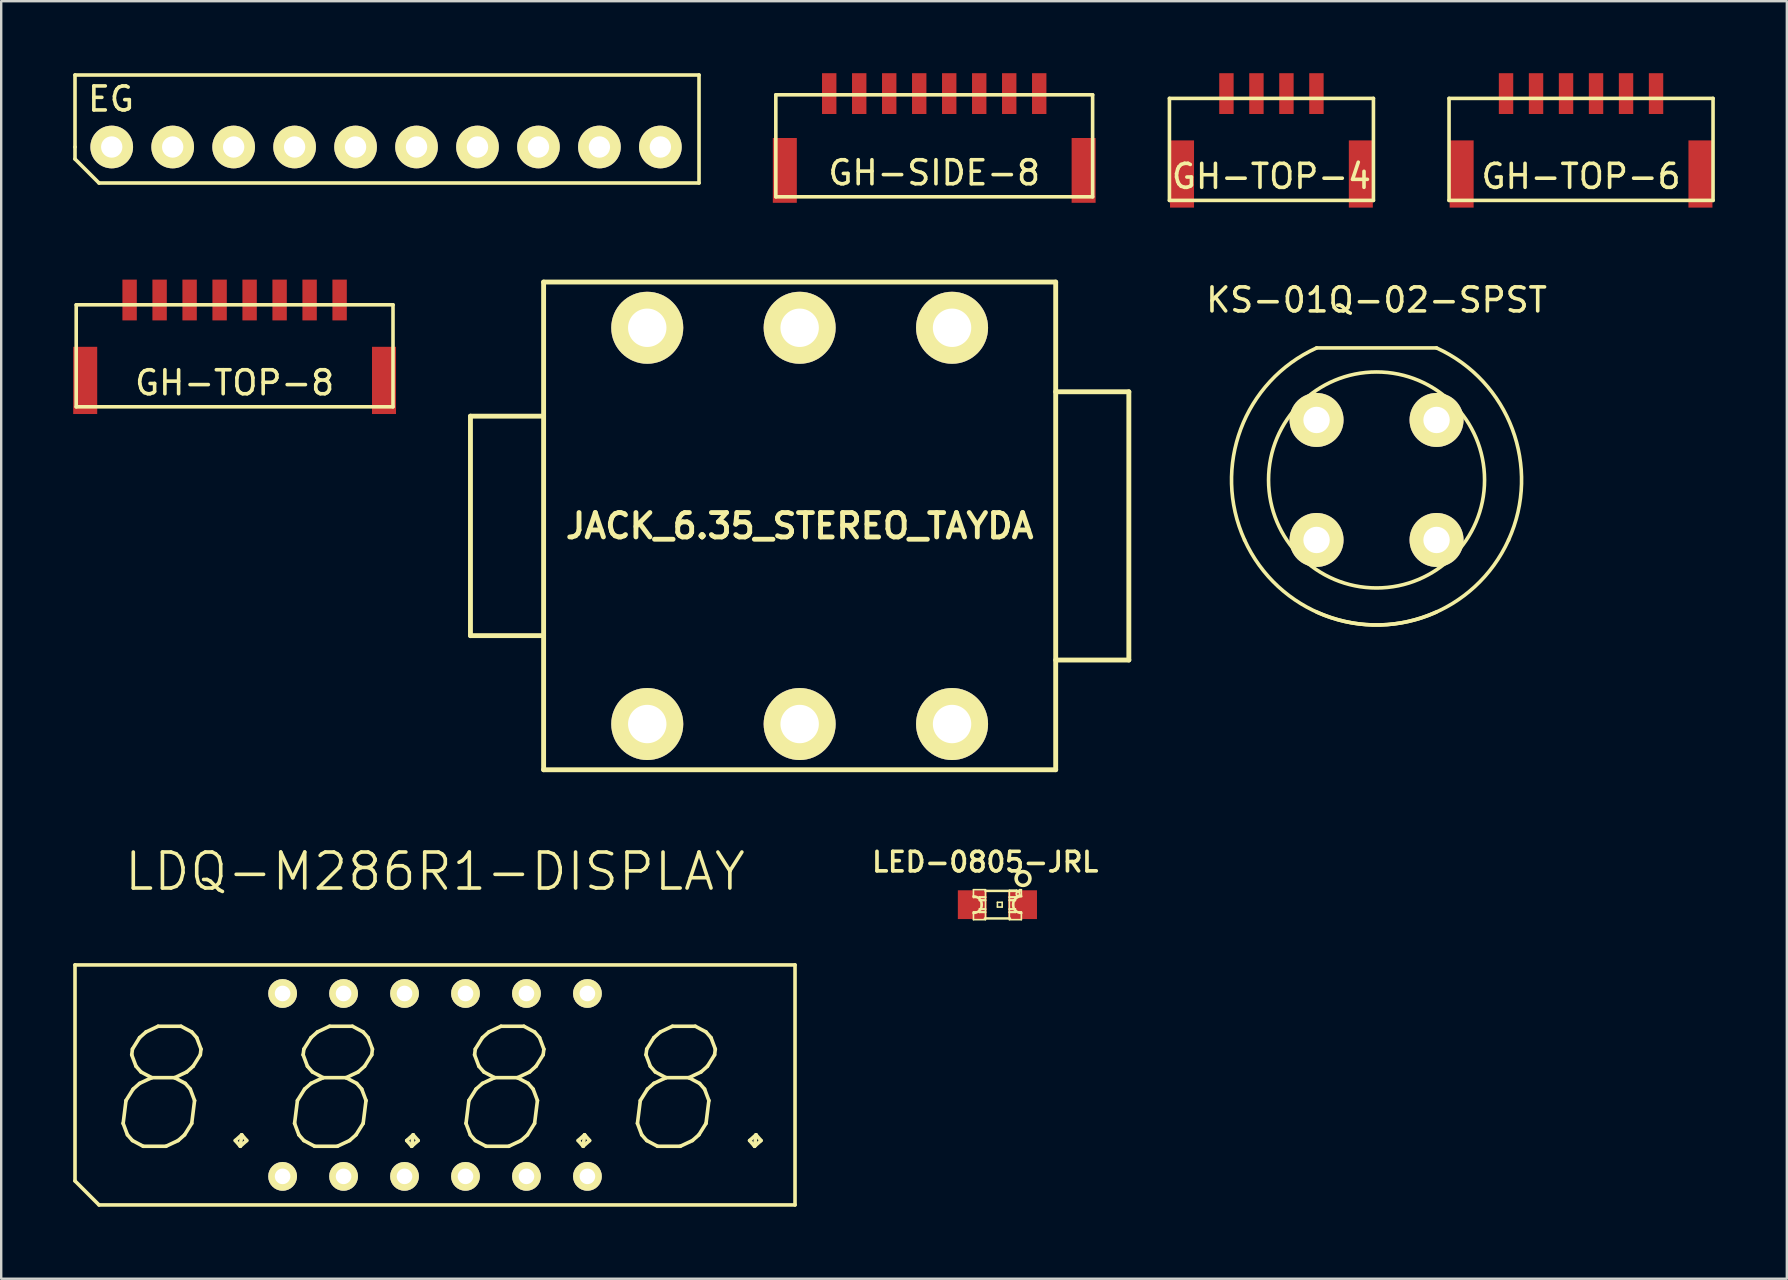
<source format=kicad_pcb>
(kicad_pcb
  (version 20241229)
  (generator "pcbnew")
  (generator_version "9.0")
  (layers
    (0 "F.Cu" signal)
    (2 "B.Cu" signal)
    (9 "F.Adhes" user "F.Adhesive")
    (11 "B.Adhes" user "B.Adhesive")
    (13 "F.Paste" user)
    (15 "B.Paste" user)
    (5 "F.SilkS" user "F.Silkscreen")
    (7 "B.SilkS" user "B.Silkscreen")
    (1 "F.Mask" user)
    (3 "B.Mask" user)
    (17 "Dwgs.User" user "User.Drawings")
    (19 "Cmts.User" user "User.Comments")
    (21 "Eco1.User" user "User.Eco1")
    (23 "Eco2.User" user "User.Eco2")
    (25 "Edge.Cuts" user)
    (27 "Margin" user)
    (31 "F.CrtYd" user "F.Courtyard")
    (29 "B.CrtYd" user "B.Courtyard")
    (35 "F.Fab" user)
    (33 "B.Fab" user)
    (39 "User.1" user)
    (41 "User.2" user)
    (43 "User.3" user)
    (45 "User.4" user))
  (footprint "KS-01Q-02-SPST"
    (layer "F.Cu")
    (at 54.305 16.948)
    (property "Reference" "KS-01Q-02-SPST" (at 0 -7.5 0) (layer "F.SilkS") (effects (font (size 1 1) (thickness 0.15))))
    (attr through_hole)
    (fp_line (start -2.5 -5.5) (end 2.5 -5.5) (stroke (width 0.15) (type solid)) (layer "F.SilkS"))
    (fp_arc (start -5.5 2.5) (mid -5.656854 -2.12132) (end -2.5 -5.5) (stroke (width 0.15) (type solid)) (layer "F.SilkS"))
    (fp_arc (start 2.5 -5.5) (mid 5.656854 -2.12132) (end 5.5 2.5) (stroke (width 0.15) (type solid)) (layer "F.SilkS"))
    (fp_arc (start 2.5 5.5) (mid -2.12132 5.656854) (end -5.5 2.5) (stroke (width 0.15) (type solid)) (layer "F.SilkS"))
    (fp_arc (start 5.5 2.5) (mid 2.12132 5.656854) (end -2.5 5.5) (stroke (width 0.15) (type solid)) (layer "F.SilkS"))
    (fp_circle (center 0 0) (end 4.5 0) (stroke (width 0.15) (type solid)) (fill no) (layer "F.SilkS"))
    (pad "1" thru_hole circle (at -2.5 -2.5) (size 2.25 2.25) (drill 1.1) (layers "*.Cu" "*.Mask" "F.SilkS"))
    (pad "1" thru_hole circle (at -2.5 2.5) (size 2.25 2.25) (drill 1.1) (layers "*.Cu" "*.Mask" "F.SilkS"))
    (pad "2" thru_hole circle (at 2.5 -2.5) (size 2.25 2.25) (drill 1.1) (layers "*.Cu" "*.Mask" "F.SilkS"))
    (pad "2" thru_hole circle (at 2.5 2.5) (size 2.25 2.25) (drill 1.1) (layers "*.Cu" "*.Mask" "F.SilkS")))
  (footprint "GH-SIDE-8"
    (layer "F.Cu")
    (at 35.875 5.15)
    (property "Reference" "GH-SIDE-8" (at 0 -1 0) (layer "F.SilkS") (effects (font (size 1 1) (thickness 0.15))))
    (attr through_hole)
    (fp_line (start -6.6 -4.25) (end 6.6 -4.25) (stroke (width 0.15) (type solid)) (layer "F.SilkS"))
    (fp_line (start -6.6 0) (end -6.6 -4.25) (stroke (width 0.15) (type solid)) (layer "F.SilkS"))
    (fp_line (start 6.6 -4.25) (end 6.6 0) (stroke (width 0.15) (type solid)) (layer "F.SilkS"))
    (fp_line (start 6.6 0) (end -6.6 0) (stroke (width 0.15) (type solid)) (layer "F.SilkS"))
    (pad "" smd rect (at -6.225 -1.1) (size 1 2.7) (layers "F.Cu" "F.Mask" "F.Paste"))
    (pad "" smd rect (at 6.225 -1.1) (size 1 2.7) (layers "F.Cu" "F.Mask" "F.Paste"))
    (pad "1" smd rect (at -4.375 -4.3) (size 0.6 1.7) (layers "F.Cu" "F.Mask" "F.Paste"))
    (pad "2" smd rect (at -3.125 -4.3) (size 0.6 1.7) (layers "F.Cu" "F.Mask" "F.Paste"))
    (pad "3" smd rect (at -1.875 -4.3) (size 0.6 1.7) (layers "F.Cu" "F.Mask" "F.Paste"))
    (pad "4" smd rect (at -0.625 -4.3) (size 0.6 1.7) (layers "F.Cu" "F.Mask" "F.Paste"))
    (pad "5" smd rect (at 0.625 -4.3) (size 0.6 1.7) (layers "F.Cu" "F.Mask" "F.Paste"))
    (pad "6" smd rect (at 1.875 -4.3) (size 0.6 1.7) (layers "F.Cu" "F.Mask" "F.Paste"))
    (pad "7" smd rect (at 3.125 -4.3) (size 0.6 1.7) (layers "F.Cu" "F.Mask" "F.Paste"))
    (pad "8" smd rect (at 4.375 -4.3) (size 0.6 1.7) (layers "F.Cu" "F.Mask" "F.Paste")))
  (footprint "GH-TOP-8"
    (layer "F.Cu")
    (at 6.725 13.9)
    (property "Reference" "GH-TOP-8" (at 0 -1 0) (layer "F.SilkS") (effects (font (size 1 1) (thickness 0.15))))
    (attr through_hole)
    (fp_line (start -6.6 -4.25) (end 6.6 -4.25) (stroke (width 0.15) (type solid)) (layer "F.SilkS"))
    (fp_line (start -6.6 0) (end -6.6 -4.25) (stroke (width 0.15) (type solid)) (layer "F.SilkS"))
    (fp_line (start 6.6 -4.25) (end 6.6 0) (stroke (width 0.15) (type solid)) (layer "F.SilkS"))
    (fp_line (start 6.6 0) (end -6.6 0) (stroke (width 0.15) (type solid)) (layer "F.SilkS"))
    (pad "" smd rect (at -6.225 -1.1) (size 1 2.8) (layers "F.Cu" "F.Mask" "F.Paste"))
    (pad "" smd rect (at 6.225 -1.1) (size 1 2.8) (layers "F.Cu" "F.Mask" "F.Paste"))
    (pad "1" smd rect (at -4.375 -4.45) (size 0.6 1.7) (layers "F.Cu" "F.Mask" "F.Paste"))
    (pad "2" smd rect (at -3.125 -4.45) (size 0.6 1.7) (layers "F.Cu" "F.Mask" "F.Paste"))
    (pad "3" smd rect (at -1.875 -4.45) (size 0.6 1.7) (layers "F.Cu" "F.Mask" "F.Paste"))
    (pad "4" smd rect (at -0.625 -4.45) (size 0.6 1.7) (layers "F.Cu" "F.Mask" "F.Paste"))
    (pad "5" smd rect (at 0.625 -4.45) (size 0.6 1.7) (layers "F.Cu" "F.Mask" "F.Paste"))
    (pad "6" smd rect (at 1.875 -4.45) (size 0.6 1.7) (layers "F.Cu" "F.Mask" "F.Paste"))
    (pad "7" smd rect (at 3.125 -4.45) (size 0.6 1.7) (layers "F.Cu" "F.Mask" "F.Paste"))
    (pad "8" smd rect (at 4.375 -4.45) (size 0.6 1.7) (layers "F.Cu" "F.Mask" "F.Paste")))
  (footprint "JACK_6.35_STEREO_TAYDA"
    (layer "F.Cu")
    (at 30.268 18.862)
    (property "Reference" "JACK_6.35_STEREO_TAYDA" (at 0 0 0) (layer "F.SilkS") (effects (font (size 1.016 1.016) (thickness 0.203))))
    (attr through_hole)
    (fp_line (start -13.716 -4.572) (end -13.716 4.572) (stroke (width 0.203) (type solid)) (layer "F.SilkS"))
    (fp_line (start -13.716 4.572) (end -10.668 4.572) (stroke (width 0.203) (type solid)) (layer "F.SilkS"))
    (fp_line (start -10.668 -10.16) (end 10.668 -10.16) (stroke (width 0.203) (type solid)) (layer "F.SilkS"))
    (fp_line (start -10.668 -4.572) (end -13.716 -4.572) (stroke (width 0.203) (type solid)) (layer "F.SilkS"))
    (fp_line (start -10.668 10.16) (end -10.668 -10.16) (stroke (width 0.203) (type solid)) (layer "F.SilkS"))
    (fp_line (start 10.668 -10.16) (end 10.668 10.16) (stroke (width 0.203) (type solid)) (layer "F.SilkS"))
    (fp_line (start 10.668 -5.588) (end 13.716 -5.588) (stroke (width 0.203) (type solid)) (layer "F.SilkS"))
    (fp_line (start 10.668 10.16) (end -10.668 10.16) (stroke (width 0.203) (type solid)) (layer "F.SilkS"))
    (fp_line (start 13.716 -5.588) (end 13.716 5.588) (stroke (width 0.203) (type solid)) (layer "F.SilkS"))
    (fp_line (start 13.716 5.588) (end 10.668 5.588) (stroke (width 0.203) (type solid)) (layer "F.SilkS"))
    (pad "1" thru_hole circle (at 6.35 -8.255) (size 3 3) (drill 1.6) (layers "*.Cu" "*.Mask" "F.SilkS"))
    (pad "1" thru_hole circle (at 6.35 8.255) (size 3 3) (drill 1.6) (layers "*.Cu" "*.Mask" "F.SilkS"))
    (pad "2" thru_hole circle (at 0 -8.255) (size 3 3) (drill 1.6) (layers "*.Cu" "*.Mask" "F.SilkS"))
    (pad "2" thru_hole circle (at 0 8.255) (size 3 3) (drill 1.6) (layers "*.Cu" "*.Mask" "F.SilkS"))
    (pad "3" thru_hole circle (at -6.35 -8.255) (size 3 3) (drill 1.6) (layers "*.Cu" "*.Mask" "F.SilkS"))
    (pad "3" thru_hole circle (at -6.35 8.255) (size 3 3) (drill 1.6) (layers "*.Cu" "*.Mask" "F.SilkS")))
  (footprint "GH-TOP-6"
    (layer "F.Cu")
    (at 62.825 5.3)
    (property "Reference" "GH-TOP-6" (at 0 -1 0) (layer "F.SilkS") (effects (font (size 1 1) (thickness 0.15))))
    (attr through_hole)
    (fp_line (start -5.5 -4.25) (end 5.5 -4.25) (stroke (width 0.15) (type solid)) (layer "F.SilkS"))
    (fp_line (start -5.5 0) (end -5.5 -4.25) (stroke (width 0.15) (type solid)) (layer "F.SilkS"))
    (fp_line (start 5.5 -4.25) (end 5.5 0) (stroke (width 0.15) (type solid)) (layer "F.SilkS"))
    (fp_line (start 5.5 0) (end -5.5 0) (stroke (width 0.15) (type solid)) (layer "F.SilkS"))
    (pad "" smd rect (at -4.975 -1.1) (size 1 2.8) (layers "F.Cu" "F.Mask" "F.Paste"))
    (pad "" smd rect (at 4.975 -1.1) (size 1 2.8) (layers "F.Cu" "F.Mask" "F.Paste"))
    (pad "1" smd rect (at -3.125 -4.45) (size 0.6 1.7) (layers "F.Cu" "F.Mask" "F.Paste"))
    (pad "2" smd rect (at -1.875 -4.45) (size 0.6 1.7) (layers "F.Cu" "F.Mask" "F.Paste"))
    (pad "3" smd rect (at -0.625 -4.45) (size 0.6 1.7) (layers "F.Cu" "F.Mask" "F.Paste"))
    (pad "4" smd rect (at 0.625 -4.45) (size 0.6 1.7) (layers "F.Cu" "F.Mask" "F.Paste"))
    (pad "5" smd rect (at 1.875 -4.45) (size 0.6 1.7) (layers "F.Cu" "F.Mask" "F.Paste"))
    (pad "6" smd rect (at 3.125 -4.45) (size 0.6 1.7) (layers "F.Cu" "F.Mask" "F.Paste")))
  (footprint "EG"
    (layer "F.Cu")
    (at 13.075 3.075)
    (property "Reference" "EG" (at -11.5 -2 0) (layer "F.SilkS") (effects (font (size 1 1) (thickness 0.15))))
    (attr through_hole)
    (fp_line (start -13 -3) (end -13 0) (stroke (width 0.15) (type solid)) (layer "F.SilkS"))
    (fp_line (start -13 -3) (end 13 -3) (stroke (width 0.15) (type solid)) (layer "F.SilkS"))
    (fp_line (start -13 0) (end -13 0.5) (stroke (width 0.15) (type solid)) (layer "F.SilkS"))
    (fp_line (start -13 0.5) (end -12 1.5) (stroke (width 0.15) (type solid)) (layer "F.SilkS"))
    (fp_line (start 13 1.5) (end -12 1.5) (stroke (width 0.15) (type solid)) (layer "F.SilkS"))
    (fp_line (start 13 1.5) (end 13 -3) (stroke (width 0.15) (type solid)) (layer "F.SilkS"))
    (pad "1" thru_hole circle (at -11.47 0) (size 1.778 1.778) (drill 0.889) (layers "*.Cu" "*.Mask" "F.SilkS"))
    (pad "2" thru_hole circle (at -8.93 0) (size 1.778 1.778) (drill 0.889) (layers "*.Cu" "*.Mask" "F.SilkS"))
    (pad "3" thru_hole circle (at -6.39 0) (size 1.778 1.778) (drill 0.889) (layers "*.Cu" "*.Mask" "F.SilkS"))
    (pad "4" thru_hole circle (at -3.85 0) (size 1.778 1.778) (drill 0.889) (layers "*.Cu" "*.Mask" "F.SilkS"))
    (pad "5" thru_hole circle (at -1.31 0) (size 1.778 1.778) (drill 0.889) (layers "*.Cu" "*.Mask" "F.SilkS"))
    (pad "6" thru_hole circle (at 1.23 0) (size 1.778 1.778) (drill 0.889) (layers "*.Cu" "*.Mask" "F.SilkS"))
    (pad "7" thru_hole circle (at 3.77 0) (size 1.778 1.778) (drill 0.889) (layers "*.Cu" "*.Mask" "F.SilkS"))
    (pad "8" thru_hole circle (at 6.31 0) (size 1.778 1.778) (drill 0.889) (layers "*.Cu" "*.Mask" "F.SilkS"))
    (pad "9" thru_hole circle (at 8.85 0) (size 1.778 1.778) (drill 0.889) (layers "*.Cu" "*.Mask" "F.SilkS"))
    (pad "10" thru_hole circle (at 11.39 0) (size 1.778 1.778) (drill 0.889) (layers "*.Cu" "*.Mask" "F.SilkS")))
  (footprint "LED-0805-JRL"
    (layer "F.Cu")
    (at 38.508 34.644)
    (property "Reference" "LED-0805-JRL" (at -0.508 -1.778 0) (layer "F.SilkS") (effects (font (size 0.813 0.813) (thickness 0.152))))
    (attr smd)
    (fp_line (start -0.998 -0.625) (end -0.998 -0.3) (stroke (width 0.066) (type solid)) (layer "F.SilkS"))
    (fp_line (start -0.998 -0.625) (end -0.498 -0.625) (stroke (width 0.066) (type solid)) (layer "F.SilkS"))
    (fp_line (start -0.998 -0.3) (end -0.498 -0.3) (stroke (width 0.066) (type solid)) (layer "F.SilkS"))
    (fp_line (start -0.998 0.3) (end -0.998 0.625) (stroke (width 0.066) (type solid)) (layer "F.SilkS"))
    (fp_line (start -0.998 0.3) (end -0.498 0.3) (stroke (width 0.066) (type solid)) (layer "F.SilkS"))
    (fp_line (start -0.998 0.625) (end -0.498 0.625) (stroke (width 0.066) (type solid)) (layer "F.SilkS"))
    (fp_line (start -0.749 -0.323) (end -0.749 -0.173) (stroke (width 0.066) (type solid)) (layer "F.SilkS"))
    (fp_line (start -0.749 -0.323) (end -0.498 -0.323) (stroke (width 0.066) (type solid)) (layer "F.SilkS"))
    (fp_line (start -0.749 -0.173) (end -0.498 -0.173) (stroke (width 0.066) (type solid)) (layer "F.SilkS"))
    (fp_line (start -0.749 0.173) (end -0.749 0.323) (stroke (width 0.066) (type solid)) (layer "F.SilkS"))
    (fp_line (start -0.749 0.173) (end -0.498 0.173) (stroke (width 0.066) (type solid)) (layer "F.SilkS"))
    (fp_line (start -0.749 0.323) (end -0.498 0.323) (stroke (width 0.066) (type solid)) (layer "F.SilkS"))
    (fp_line (start -0.673 -0.198) (end -0.673 0.198) (stroke (width 0.066) (type solid)) (layer "F.SilkS"))
    (fp_line (start -0.673 -0.198) (end -0.498 -0.198) (stroke (width 0.066) (type solid)) (layer "F.SilkS"))
    (fp_line (start -0.673 0.198) (end -0.498 0.198) (stroke (width 0.066) (type solid)) (layer "F.SilkS"))
    (fp_line (start -0.498 -0.625) (end -0.498 -0.3) (stroke (width 0.066) (type solid)) (layer "F.SilkS"))
    (fp_line (start -0.498 -0.574) (end 0.925 -0.574) (stroke (width 0.102) (type solid)) (layer "F.SilkS"))
    (fp_line (start -0.498 -0.323) (end -0.498 -0.173) (stroke (width 0.066) (type solid)) (layer "F.SilkS"))
    (fp_line (start -0.498 -0.198) (end -0.498 0.198) (stroke (width 0.066) (type solid)) (layer "F.SilkS"))
    (fp_line (start -0.498 0.173) (end -0.498 0.323) (stroke (width 0.066) (type solid)) (layer "F.SilkS"))
    (fp_line (start -0.498 0.3) (end -0.498 0.625) (stroke (width 0.066) (type solid)) (layer "F.SilkS"))
    (fp_line (start 0 -0.099) (end 0 0.099) (stroke (width 0.066) (type solid)) (layer "F.SilkS"))
    (fp_line (start 0 -0.099) (end 0.198 -0.099) (stroke (width 0.066) (type solid)) (layer "F.SilkS"))
    (fp_line (start 0 0.099) (end 0.198 0.099) (stroke (width 0.066) (type solid)) (layer "F.SilkS"))
    (fp_line (start 0.198 -0.099) (end 0.198 0.099) (stroke (width 0.066) (type solid)) (layer "F.SilkS"))
    (fp_line (start 0.498 -0.599) (end 0.498 -0.3) (stroke (width 0.066) (type solid)) (layer "F.SilkS"))
    (fp_line (start 0.498 -0.599) (end 0.798 -0.599) (stroke (width 0.066) (type solid)) (layer "F.SilkS"))
    (fp_line (start 0.498 -0.323) (end 0.498 -0.173) (stroke (width 0.066) (type solid)) (layer "F.SilkS"))
    (fp_line (start 0.498 -0.323) (end 0.749 -0.323) (stroke (width 0.066) (type solid)) (layer "F.SilkS"))
    (fp_line (start 0.498 -0.3) (end 0.798 -0.3) (stroke (width 0.066) (type solid)) (layer "F.SilkS"))
    (fp_line (start 0.498 -0.198) (end 0.498 0.198) (stroke (width 0.066) (type solid)) (layer "F.SilkS"))
    (fp_line (start 0.498 -0.198) (end 0.673 -0.198) (stroke (width 0.066) (type solid)) (layer "F.SilkS"))
    (fp_line (start 0.498 -0.173) (end 0.749 -0.173) (stroke (width 0.066) (type solid)) (layer "F.SilkS"))
    (fp_line (start 0.498 0.173) (end 0.498 0.323) (stroke (width 0.066) (type solid)) (layer "F.SilkS"))
    (fp_line (start 0.498 0.173) (end 0.749 0.173) (stroke (width 0.066) (type solid)) (layer "F.SilkS"))
    (fp_line (start 0.498 0.198) (end 0.673 0.198) (stroke (width 0.066) (type solid)) (layer "F.SilkS"))
    (fp_line (start 0.498 0.3) (end 0.498 0.625) (stroke (width 0.066) (type solid)) (layer "F.SilkS"))
    (fp_line (start 0.498 0.3) (end 0.998 0.3) (stroke (width 0.066) (type solid)) (layer "F.SilkS"))
    (fp_line (start 0.498 0.323) (end 0.749 0.323) (stroke (width 0.066) (type solid)) (layer "F.SilkS"))
    (fp_line (start 0.498 0.625) (end 0.998 0.625) (stroke (width 0.066) (type solid)) (layer "F.SilkS"))
    (fp_line (start 0.523 0.574) (end -0.523 0.574) (stroke (width 0.102) (type solid)) (layer "F.SilkS"))
    (fp_line (start 0.673 -0.198) (end 0.673 0.198) (stroke (width 0.066) (type solid)) (layer "F.SilkS"))
    (fp_line (start 0.749 -0.323) (end 0.749 -0.173) (stroke (width 0.066) (type solid)) (layer "F.SilkS"))
    (fp_line (start 0.749 0.173) (end 0.749 0.323) (stroke (width 0.066) (type solid)) (layer "F.SilkS"))
    (fp_line (start 0.798 -0.599) (end 0.798 -0.3) (stroke (width 0.066) (type solid)) (layer "F.SilkS"))
    (fp_line (start 0.925 -0.625) (end 0.925 -0.399) (stroke (width 0.066) (type solid)) (layer "F.SilkS"))
    (fp_line (start 0.925 -0.625) (end 0.998 -0.625) (stroke (width 0.066) (type solid)) (layer "F.SilkS"))
    (fp_line (start 0.925 -0.399) (end 0.998 -0.399) (stroke (width 0.066) (type solid)) (layer "F.SilkS"))
    (fp_line (start 0.998 -0.625) (end 0.998 -0.399) (stroke (width 0.066) (type solid)) (layer "F.SilkS"))
    (fp_line (start 0.998 0.3) (end 0.998 0.625) (stroke (width 0.066) (type solid)) (layer "F.SilkS"))
    (fp_arc (start -0.99822 -0.34798) (mid -0.65024 0) (end -0.99822 0.34798) (stroke (width 0.1016) (type solid)) (layer "F.SilkS"))
    (fp_arc (start 0.99822 0.34798) (mid 0.65024 0) (end 0.99822 -0.34798) (stroke (width 0.1016) (type solid)) (layer "F.SilkS"))
    (fp_circle (center 0.848 -0.45) (end 0.899 -0.5) (stroke (width 0.051) (type solid)) (fill no) (layer "F.SilkS"))
    (fp_circle (center 1.067 -1.092) (end 1.27 -0.889) (stroke (width 0.15) (type solid)) (fill no) (layer "F.SilkS"))
    (pad "1" smd rect (at -1.049 0) (size 1.199 1.199) (layers "F.Cu" "F.Mask" "F.Paste"))
    (pad "2" smd rect (at 1.049 0) (size 1.199 1.199) (layers "F.Cu" "F.Mask" "F.Paste")))
  (footprint "GH-TOP-4"
    (layer "F.Cu")
    (at 49.925 5.3)
    (property "Reference" "GH-TOP-4" (at 0 -1 0) (layer "F.SilkS") (effects (font (size 1 1) (thickness 0.15))))
    (attr through_hole)
    (fp_line (start -4.25 -4.25) (end 4.25 -4.25) (stroke (width 0.15) (type solid)) (layer "F.SilkS"))
    (fp_line (start -4.25 0) (end -4.25 -4.25) (stroke (width 0.15) (type solid)) (layer "F.SilkS"))
    (fp_line (start 4.25 -4.25) (end 4.25 0) (stroke (width 0.15) (type solid)) (layer "F.SilkS"))
    (fp_line (start 4.25 0) (end -4.25 0) (stroke (width 0.15) (type solid)) (layer "F.SilkS"))
    (pad "" smd rect (at -3.725 -1.1) (size 1 2.8) (layers "F.Cu" "F.Mask" "F.Paste"))
    (pad "" smd rect (at 3.725 -1.1) (size 1 2.8) (layers "F.Cu" "F.Mask" "F.Paste"))
    (pad "1" smd rect (at -1.875 -4.45) (size 0.6 1.7) (layers "F.Cu" "F.Mask" "F.Paste"))
    (pad "2" smd rect (at -0.625 -4.45) (size 0.6 1.7) (layers "F.Cu" "F.Mask" "F.Paste"))
    (pad "3" smd rect (at 0.625 -4.45) (size 0.6 1.7) (layers "F.Cu" "F.Mask" "F.Paste"))
    (pad "4" smd rect (at 1.875 -4.45) (size 0.6 1.7) (layers "F.Cu" "F.Mask" "F.Paste")))
  (footprint "LDQ-M286R1-DISPLAY"
    (layer "F.Cu")
    (at 15.075 42.154)
    (property "Reference" "LDQ-M286R1-DISPLAY" (at 0 -8.89 0) (layer "F.SilkS") (effects (font (size 1.5 1.5) (thickness 0.15))))
    (attr through_hole)
    (fp_line (start -15 -5) (end -15 4) (stroke (width 0.15) (type solid)) (layer "F.SilkS"))
    (fp_line (start -15 -5) (end 15 -5) (stroke (width 0.15) (type solid)) (layer "F.SilkS"))
    (fp_line (start -14 5) (end -15 4) (stroke (width 0.15) (type solid)) (layer "F.SilkS"))
    (fp_line (start -14 5) (end 15 5) (stroke (width 0.15) (type solid)) (layer "F.SilkS"))
    (fp_line (start 15 -5) (end 15 5) (stroke (width 0.15) (type solid)) (layer "F.SilkS"))
    (fp_text user "8.8.8.8." (at 0.25 0.25 0) (layer "F.SilkS") (effects (font (size 5 5) (thickness 0.15) (italic yes))))
    (pad "1" thru_hole circle (at -6.35 3.81) (size 1.2 1.2) (drill 0.65) (layers "*.Cu" "*.Mask" "F.SilkS"))
    (pad "2" thru_hole circle (at -3.81 3.81) (size 1.2 1.2) (drill 0.65) (layers "*.Cu" "*.Mask" "F.SilkS"))
    (pad "3" thru_hole circle (at -1.27 3.81) (size 1.2 1.2) (drill 0.65) (layers "*.Cu" "*.Mask" "F.SilkS"))
    (pad "4" thru_hole circle (at 1.27 3.81) (size 1.2 1.2) (drill 0.65) (layers "*.Cu" "*.Mask" "F.SilkS"))
    (pad "5" thru_hole circle (at 3.81 3.81) (size 1.2 1.2) (drill 0.65) (layers "*.Cu" "*.Mask" "F.SilkS"))
    (pad "6" thru_hole circle (at 6.35 3.81) (size 1.2 1.2) (drill 0.65) (layers "*.Cu" "*.Mask" "F.SilkS"))
    (pad "7" thru_hole circle (at 6.35 -3.81) (size 1.2 1.2) (drill 0.65) (layers "*.Cu" "*.Mask" "F.SilkS"))
    (pad "8" thru_hole circle (at 3.81 -3.81) (size 1.2 1.2) (drill 0.65) (layers "*.Cu" "*.Mask" "F.SilkS"))
    (pad "9" thru_hole circle (at 1.27 -3.81) (size 1.2 1.2) (drill 0.65) (layers "*.Cu" "*.Mask" "F.SilkS"))
    (pad "10" thru_hole circle (at -1.27 -3.81) (size 1.2 1.2) (drill 0.65) (layers "*.Cu" "*.Mask" "F.SilkS"))
    (pad "11" thru_hole circle (at -3.81 -3.81) (size 1.2 1.2) (drill 0.65) (layers "*.Cu" "*.Mask" "F.SilkS"))
    (pad "12" thru_hole circle (at -6.35 -3.81) (size 1.2 1.2) (drill 0.65) (layers "*.Cu" "*.Mask" "F.SilkS")))
  (gr_rect
    (start -3 -3)
    (end 71.4 50.229)
    (stroke (width 0.1) (type default))
    (fill no)
    (layer "Edge.Cuts")))
</source>
